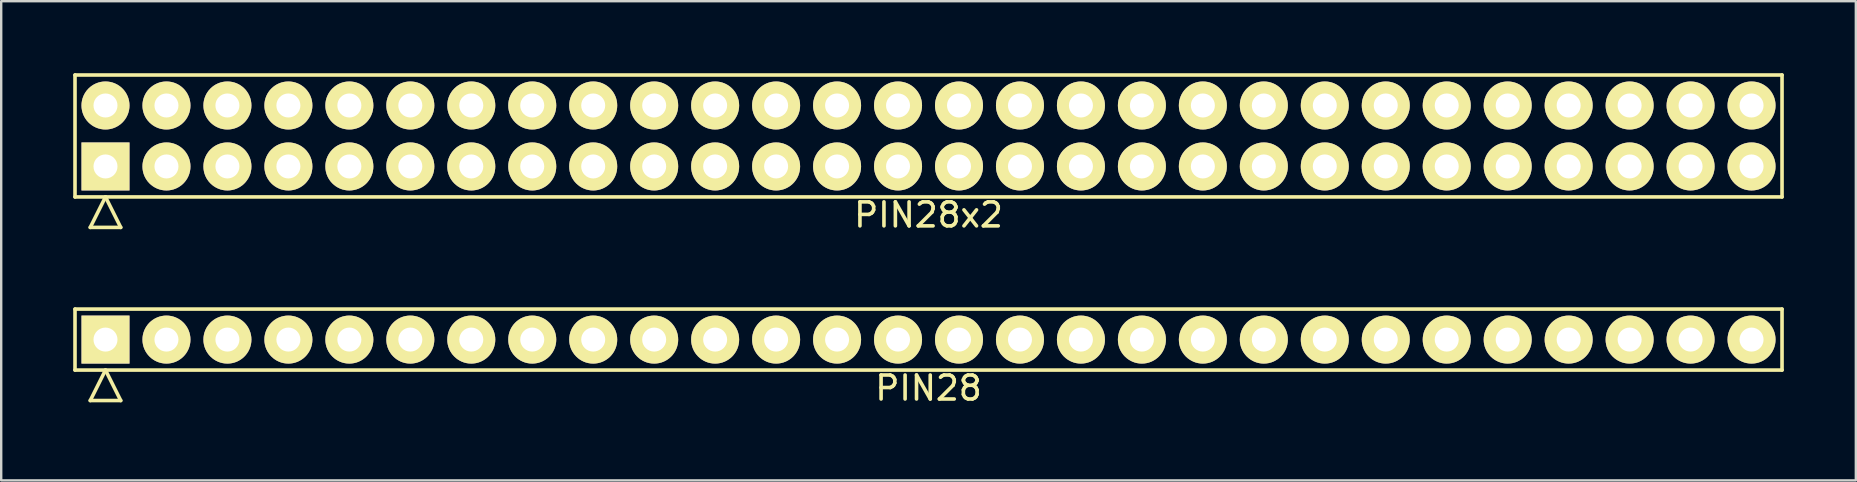
<source format=kicad_pcb>
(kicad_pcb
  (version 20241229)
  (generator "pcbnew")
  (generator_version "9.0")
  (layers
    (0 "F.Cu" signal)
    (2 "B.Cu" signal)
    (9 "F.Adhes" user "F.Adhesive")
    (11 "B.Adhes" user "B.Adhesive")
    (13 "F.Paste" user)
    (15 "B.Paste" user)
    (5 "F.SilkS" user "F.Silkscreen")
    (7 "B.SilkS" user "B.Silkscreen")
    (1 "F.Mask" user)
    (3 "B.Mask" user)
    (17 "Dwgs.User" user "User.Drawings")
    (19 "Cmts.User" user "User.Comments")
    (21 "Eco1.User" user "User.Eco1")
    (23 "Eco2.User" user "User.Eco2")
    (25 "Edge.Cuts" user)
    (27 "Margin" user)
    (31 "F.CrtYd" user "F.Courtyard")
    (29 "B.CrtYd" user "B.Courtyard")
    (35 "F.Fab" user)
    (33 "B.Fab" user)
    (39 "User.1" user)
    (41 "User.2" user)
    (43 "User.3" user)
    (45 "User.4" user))
  (footprint "PIN28x2"
    (layer "F.Cu")
    (at 35.635 2.615)
    (property "Reference" "PIN28x2" (at 0 3.29 0) (layer "F.SilkS") (effects (font (size 1 1) (thickness 0.15))))
    (attr through_hole)
    (fp_line (start -35.56 -2.54) (end -35.56 2.54) (stroke (width 0.15) (type solid)) (layer "F.SilkS"))
    (fp_line (start -35.56 2.54) (end 35.56 2.54) (stroke (width 0.15) (type solid)) (layer "F.SilkS"))
    (fp_line (start -34.925 3.81) (end -34.29 2.54) (stroke (width 0.15) (type solid)) (layer "F.SilkS"))
    (fp_line (start -34.925 3.81) (end -33.655 3.81) (stroke (width 0.15) (type solid)) (layer "F.SilkS"))
    (fp_line (start -33.655 3.81) (end -34.29 2.54) (stroke (width 0.15) (type solid)) (layer "F.SilkS"))
    (fp_line (start 35.56 -2.54) (end -35.56 -2.54) (stroke (width 0.15) (type solid)) (layer "F.SilkS"))
    (fp_line (start 35.56 2.54) (end 35.56 -2.54) (stroke (width 0.15) (type solid)) (layer "F.SilkS"))
    (pad "1" thru_hole rect (at -34.29 1.27) (size 2 2) (drill 1) (layers "*.Cu" "*.Mask" "F.SilkS"))
    (pad "2" thru_hole oval (at -34.29 -1.27) (size 2 2) (drill 1) (layers "*.Cu" "*.Mask" "F.SilkS"))
    (pad "3" thru_hole oval (at -31.75 1.27) (size 2 2) (drill 1) (layers "*.Cu" "*.Mask" "F.SilkS"))
    (pad "4" thru_hole oval (at -31.75 -1.27) (size 2 2) (drill 1) (layers "*.Cu" "*.Mask" "F.SilkS"))
    (pad "5" thru_hole oval (at -29.21 1.27) (size 2 2) (drill 1) (layers "*.Cu" "*.Mask" "F.SilkS"))
    (pad "6" thru_hole oval (at -29.21 -1.27) (size 2 2) (drill 1) (layers "*.Cu" "*.Mask" "F.SilkS"))
    (pad "7" thru_hole oval (at -26.67 1.27) (size 2 2) (drill 1) (layers "*.Cu" "*.Mask" "F.SilkS"))
    (pad "8" thru_hole oval (at -26.67 -1.27) (size 2 2) (drill 1) (layers "*.Cu" "*.Mask" "F.SilkS"))
    (pad "9" thru_hole oval (at -24.13 1.27) (size 2 2) (drill 1) (layers "*.Cu" "*.Mask" "F.SilkS"))
    (pad "10" thru_hole oval (at -24.13 -1.27) (size 2 2) (drill 1) (layers "*.Cu" "*.Mask" "F.SilkS"))
    (pad "11" thru_hole oval (at -21.59 1.27) (size 2 2) (drill 1) (layers "*.Cu" "*.Mask" "F.SilkS"))
    (pad "12" thru_hole oval (at -21.59 -1.27) (size 2 2) (drill 1) (layers "*.Cu" "*.Mask" "F.SilkS"))
    (pad "13" thru_hole oval (at -19.05 1.27) (size 2 2) (drill 1) (layers "*.Cu" "*.Mask" "F.SilkS"))
    (pad "14" thru_hole oval (at -19.05 -1.27) (size 2 2) (drill 1) (layers "*.Cu" "*.Mask" "F.SilkS"))
    (pad "15" thru_hole oval (at -16.51 1.27) (size 2 2) (drill 1) (layers "*.Cu" "*.Mask" "F.SilkS"))
    (pad "16" thru_hole oval (at -16.51 -1.27) (size 2 2) (drill 1) (layers "*.Cu" "*.Mask" "F.SilkS"))
    (pad "17" thru_hole oval (at -13.97 1.27) (size 2 2) (drill 1) (layers "*.Cu" "*.Mask" "F.SilkS"))
    (pad "18" thru_hole oval (at -13.97 -1.27) (size 2 2) (drill 1) (layers "*.Cu" "*.Mask" "F.SilkS"))
    (pad "19" thru_hole oval (at -11.43 1.27) (size 2 2) (drill 1) (layers "*.Cu" "*.Mask" "F.SilkS"))
    (pad "20" thru_hole oval (at -11.43 -1.27) (size 2 2) (drill 1) (layers "*.Cu" "*.Mask" "F.SilkS"))
    (pad "21" thru_hole oval (at -8.89 1.27) (size 2 2) (drill 1) (layers "*.Cu" "*.Mask" "F.SilkS"))
    (pad "22" thru_hole oval (at -8.89 -1.27) (size 2 2) (drill 1) (layers "*.Cu" "*.Mask" "F.SilkS"))
    (pad "23" thru_hole oval (at -6.35 1.27) (size 2 2) (drill 1) (layers "*.Cu" "*.Mask" "F.SilkS"))
    (pad "24" thru_hole oval (at -6.35 -1.27) (size 2 2) (drill 1) (layers "*.Cu" "*.Mask" "F.SilkS"))
    (pad "25" thru_hole oval (at -3.81 1.27) (size 2 2) (drill 1) (layers "*.Cu" "*.Mask" "F.SilkS"))
    (pad "26" thru_hole oval (at -3.81 -1.27) (size 2 2) (drill 1) (layers "*.Cu" "*.Mask" "F.SilkS"))
    (pad "27" thru_hole oval (at -1.27 1.27) (size 2 2) (drill 1) (layers "*.Cu" "*.Mask" "F.SilkS"))
    (pad "28" thru_hole oval (at -1.27 -1.27) (size 2 2) (drill 1) (layers "*.Cu" "*.Mask" "F.SilkS"))
    (pad "29" thru_hole oval (at 1.27 1.27) (size 2 2) (drill 1) (layers "*.Cu" "*.Mask" "F.SilkS"))
    (pad "30" thru_hole oval (at 1.27 -1.27) (size 2 2) (drill 1) (layers "*.Cu" "*.Mask" "F.SilkS"))
    (pad "31" thru_hole oval (at 3.81 1.27) (size 2 2) (drill 1) (layers "*.Cu" "*.Mask" "F.SilkS"))
    (pad "32" thru_hole oval (at 3.81 -1.27) (size 2 2) (drill 1) (layers "*.Cu" "*.Mask" "F.SilkS"))
    (pad "33" thru_hole oval (at 6.35 1.27) (size 2 2) (drill 1) (layers "*.Cu" "*.Mask" "F.SilkS"))
    (pad "34" thru_hole oval (at 6.35 -1.27) (size 2 2) (drill 1) (layers "*.Cu" "*.Mask" "F.SilkS"))
    (pad "35" thru_hole oval (at 8.89 1.27) (size 2 2) (drill 1) (layers "*.Cu" "*.Mask" "F.SilkS"))
    (pad "36" thru_hole oval (at 8.89 -1.27) (size 2 2) (drill 1) (layers "*.Cu" "*.Mask" "F.SilkS"))
    (pad "37" thru_hole oval (at 11.43 1.27) (size 2 2) (drill 1) (layers "*.Cu" "*.Mask" "F.SilkS"))
    (pad "38" thru_hole oval (at 11.43 -1.27) (size 2 2) (drill 1) (layers "*.Cu" "*.Mask" "F.SilkS"))
    (pad "39" thru_hole oval (at 13.97 1.27) (size 2 2) (drill 1) (layers "*.Cu" "*.Mask" "F.SilkS"))
    (pad "40" thru_hole oval (at 13.97 -1.27) (size 2 2) (drill 1) (layers "*.Cu" "*.Mask" "F.SilkS"))
    (pad "41" thru_hole oval (at 16.51 1.27) (size 2 2) (drill 1) (layers "*.Cu" "*.Mask" "F.SilkS"))
    (pad "42" thru_hole oval (at 16.51 -1.27) (size 2 2) (drill 1) (layers "*.Cu" "*.Mask" "F.SilkS"))
    (pad "43" thru_hole oval (at 19.05 1.27) (size 2 2) (drill 1) (layers "*.Cu" "*.Mask" "F.SilkS"))
    (pad "44" thru_hole oval (at 19.05 -1.27) (size 2 2) (drill 1) (layers "*.Cu" "*.Mask" "F.SilkS"))
    (pad "45" thru_hole oval (at 21.59 1.27) (size 2 2) (drill 1) (layers "*.Cu" "*.Mask" "F.SilkS"))
    (pad "46" thru_hole oval (at 21.59 -1.27) (size 2 2) (drill 1) (layers "*.Cu" "*.Mask" "F.SilkS"))
    (pad "47" thru_hole oval (at 24.13 1.27) (size 2 2) (drill 1) (layers "*.Cu" "*.Mask" "F.SilkS"))
    (pad "48" thru_hole oval (at 24.13 -1.27) (size 2 2) (drill 1) (layers "*.Cu" "*.Mask" "F.SilkS"))
    (pad "49" thru_hole oval (at 26.67 1.27) (size 2 2) (drill 1) (layers "*.Cu" "*.Mask" "F.SilkS"))
    (pad "50" thru_hole oval (at 26.67 -1.27) (size 2 2) (drill 1) (layers "*.Cu" "*.Mask" "F.SilkS"))
    (pad "51" thru_hole oval (at 29.21 1.27) (size 2 2) (drill 1) (layers "*.Cu" "*.Mask" "F.SilkS"))
    (pad "52" thru_hole oval (at 29.21 -1.27) (size 2 2) (drill 1) (layers "*.Cu" "*.Mask" "F.SilkS"))
    (pad "53" thru_hole oval (at 31.75 1.27) (size 2 2) (drill 1) (layers "*.Cu" "*.Mask" "F.SilkS"))
    (pad "54" thru_hole oval (at 31.75 -1.27) (size 2 2) (drill 1) (layers "*.Cu" "*.Mask" "F.SilkS"))
    (pad "55" thru_hole oval (at 34.29 1.27) (size 2 2) (drill 1) (layers "*.Cu" "*.Mask" "F.SilkS"))
    (pad "56" thru_hole oval (at 34.29 -1.27) (size 2 2) (drill 1) (layers "*.Cu" "*.Mask" "F.SilkS")))
  (footprint "PIN28"
    (layer "F.Cu")
    (at 35.635 11.098)
    (property "Reference" "PIN28" (at 0 2.02 0) (layer "F.SilkS") (effects (font (size 1 1) (thickness 0.15))))
    (attr through_hole)
    (fp_line (start -35.56 -1.27) (end -35.56 1.27) (stroke (width 0.15) (type solid)) (layer "F.SilkS"))
    (fp_line (start -35.56 1.27) (end 35.56 1.27) (stroke (width 0.15) (type solid)) (layer "F.SilkS"))
    (fp_line (start -34.925 2.54) (end -34.29 1.27) (stroke (width 0.15) (type solid)) (layer "F.SilkS"))
    (fp_line (start -34.925 2.54) (end -33.655 2.54) (stroke (width 0.15) (type solid)) (layer "F.SilkS"))
    (fp_line (start -33.655 2.54) (end -34.29 1.27) (stroke (width 0.15) (type solid)) (layer "F.SilkS"))
    (fp_line (start 35.56 -1.27) (end -35.56 -1.27) (stroke (width 0.15) (type solid)) (layer "F.SilkS"))
    (fp_line (start 35.56 1.27) (end 35.56 -1.27) (stroke (width 0.15) (type solid)) (layer "F.SilkS"))
    (pad "1" thru_hole rect (at -34.29 0) (size 2 2) (drill 1) (layers "*.Cu" "*.Mask" "F.SilkS"))
    (pad "2" thru_hole oval (at -31.75 0) (size 2 2) (drill 1) (layers "*.Cu" "*.Mask" "F.SilkS"))
    (pad "3" thru_hole oval (at -29.21 0) (size 2 2) (drill 1) (layers "*.Cu" "*.Mask" "F.SilkS"))
    (pad "4" thru_hole oval (at -26.67 0) (size 2 2) (drill 1) (layers "*.Cu" "*.Mask" "F.SilkS"))
    (pad "5" thru_hole oval (at -24.13 0) (size 2 2) (drill 1) (layers "*.Cu" "*.Mask" "F.SilkS"))
    (pad "6" thru_hole oval (at -21.59 0) (size 2 2) (drill 1) (layers "*.Cu" "*.Mask" "F.SilkS"))
    (pad "7" thru_hole oval (at -19.05 0) (size 2 2) (drill 1) (layers "*.Cu" "*.Mask" "F.SilkS"))
    (pad "8" thru_hole oval (at -16.51 0) (size 2 2) (drill 1) (layers "*.Cu" "*.Mask" "F.SilkS"))
    (pad "9" thru_hole oval (at -13.97 0) (size 2 2) (drill 1) (layers "*.Cu" "*.Mask" "F.SilkS"))
    (pad "10" thru_hole oval (at -11.43 0) (size 2 2) (drill 1) (layers "*.Cu" "*.Mask" "F.SilkS"))
    (pad "11" thru_hole oval (at -8.89 0) (size 2 2) (drill 1) (layers "*.Cu" "*.Mask" "F.SilkS"))
    (pad "12" thru_hole oval (at -6.35 0) (size 2 2) (drill 1) (layers "*.Cu" "*.Mask" "F.SilkS"))
    (pad "13" thru_hole oval (at -3.81 0) (size 2 2) (drill 1) (layers "*.Cu" "*.Mask" "F.SilkS"))
    (pad "14" thru_hole oval (at -1.27 0) (size 2 2) (drill 1) (layers "*.Cu" "*.Mask" "F.SilkS"))
    (pad "15" thru_hole oval (at 1.27 0) (size 2 2) (drill 1) (layers "*.Cu" "*.Mask" "F.SilkS"))
    (pad "16" thru_hole oval (at 3.81 0) (size 2 2) (drill 1) (layers "*.Cu" "*.Mask" "F.SilkS"))
    (pad "17" thru_hole oval (at 6.35 0) (size 2 2) (drill 1) (layers "*.Cu" "*.Mask" "F.SilkS"))
    (pad "18" thru_hole oval (at 8.89 0) (size 2 2) (drill 1) (layers "*.Cu" "*.Mask" "F.SilkS"))
    (pad "19" thru_hole oval (at 11.43 0) (size 2 2) (drill 1) (layers "*.Cu" "*.Mask" "F.SilkS"))
    (pad "20" thru_hole oval (at 13.97 0) (size 2 2) (drill 1) (layers "*.Cu" "*.Mask" "F.SilkS"))
    (pad "21" thru_hole oval (at 16.51 0) (size 2 2) (drill 1) (layers "*.Cu" "*.Mask" "F.SilkS"))
    (pad "22" thru_hole oval (at 19.05 0) (size 2 2) (drill 1) (layers "*.Cu" "*.Mask" "F.SilkS"))
    (pad "23" thru_hole oval (at 21.59 0) (size 2 2) (drill 1) (layers "*.Cu" "*.Mask" "F.SilkS"))
    (pad "24" thru_hole oval (at 24.13 0) (size 2 2) (drill 1) (layers "*.Cu" "*.Mask" "F.SilkS"))
    (pad "25" thru_hole oval (at 26.67 0) (size 2 2) (drill 1) (layers "*.Cu" "*.Mask" "F.SilkS"))
    (pad "26" thru_hole oval (at 29.21 0) (size 2 2) (drill 1) (layers "*.Cu" "*.Mask" "F.SilkS"))
    (pad "27" thru_hole oval (at 31.75 0) (size 2 2) (drill 1) (layers "*.Cu" "*.Mask" "F.SilkS"))
    (pad "28" thru_hole oval (at 34.29 0) (size 2 2) (drill 1) (layers "*.Cu" "*.Mask" "F.SilkS")))
  (gr_rect
    (start -3 -3)
    (end 74.27 16.966)
    (stroke (width 0.1) (type default))
    (fill no)
    (layer "Edge.Cuts")))
</source>
